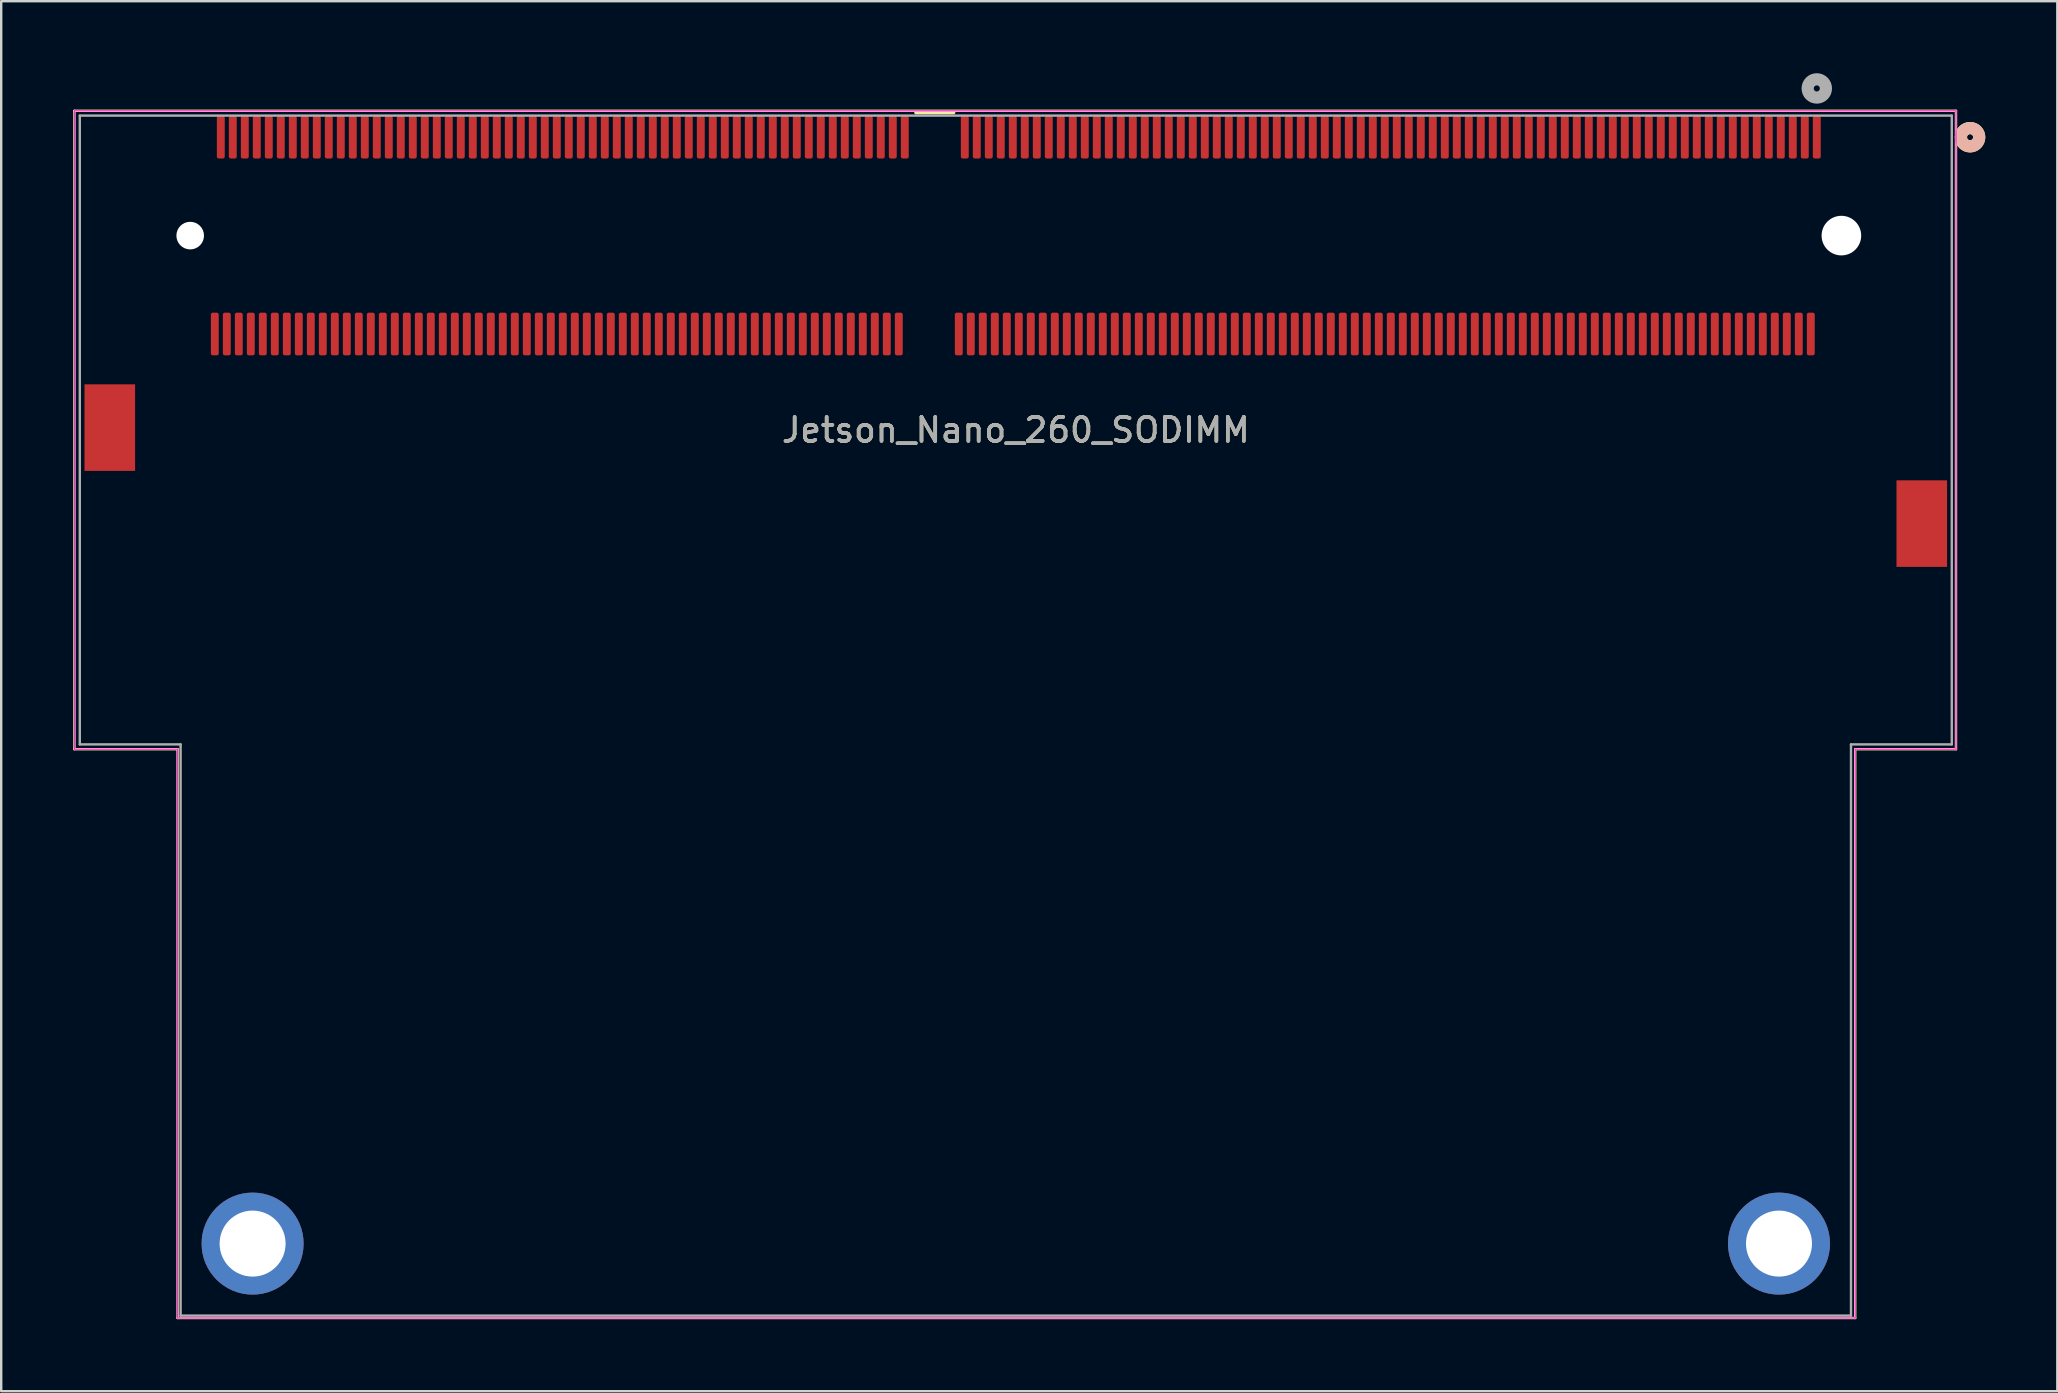
<source format=kicad_pcb>
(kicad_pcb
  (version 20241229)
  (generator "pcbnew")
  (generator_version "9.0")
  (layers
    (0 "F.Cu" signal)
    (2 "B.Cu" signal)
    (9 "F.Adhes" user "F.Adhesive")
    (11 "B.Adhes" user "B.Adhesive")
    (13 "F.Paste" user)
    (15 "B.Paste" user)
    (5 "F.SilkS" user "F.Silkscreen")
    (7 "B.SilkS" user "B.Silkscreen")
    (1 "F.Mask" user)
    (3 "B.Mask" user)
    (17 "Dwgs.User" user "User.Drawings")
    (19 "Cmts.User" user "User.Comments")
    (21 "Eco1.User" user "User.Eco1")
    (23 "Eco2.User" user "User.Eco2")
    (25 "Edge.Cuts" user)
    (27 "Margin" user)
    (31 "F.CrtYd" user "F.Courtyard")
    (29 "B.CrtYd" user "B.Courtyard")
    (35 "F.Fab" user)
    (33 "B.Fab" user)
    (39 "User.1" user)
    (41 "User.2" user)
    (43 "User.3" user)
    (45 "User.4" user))
  (footprint "Jetson_Nano_260_SODIMM"
    (layer "F.Cu")
    (at 72.65 2.667)
    (property "Reference" "Jetson_Nano_260_SODIMM" (at -33.375 12.2 0) (unlocked yes) (layer "F.SilkS") (effects (font (size 1 1) (thickness 0.15))))
    (attr smd)
    (fp_line (start -72.6 -1.1) (end 5.8 -1.1) (stroke (width 0.1) (type default)) (layer "F.SilkS"))
    (fp_line (start -72.6 25.5) (end -72.6 -1.1) (stroke (width 0.1) (type default)) (layer "F.SilkS"))
    (fp_line (start -68.3 25.5) (end -72.6 25.5) (stroke (width 0.1) (type default)) (layer "F.SilkS"))
    (fp_line (start -68.3 49.2) (end -68.3 25.5) (stroke (width 0.1) (type default)) (layer "F.SilkS"))
    (fp_line (start -37.532 -1.027) (end -35.968 -1.027) (stroke (width 0.152) (type solid)) (layer "F.SilkS"))
    (fp_line (start 1.6 25.5) (end 1.6 49.2) (stroke (width 0.1) (type default)) (layer "F.SilkS"))
    (fp_line (start 1.6 49.2) (end -68.3 49.2) (stroke (width 0.1) (type default)) (layer "F.SilkS"))
    (fp_line (start 5.8 -1.1) (end 5.8 25.5) (stroke (width 0.1) (type default)) (layer "F.SilkS"))
    (fp_line (start 5.8 25.5) (end 1.6 25.5) (stroke (width 0.1) (type default)) (layer "F.SilkS"))
    (fp_circle (center 6.387 0) (end 6.768 0) (stroke (width 0.508) (type solid)) (fill no) (layer "F.SilkS"))
    (fp_circle (center 6.387 0) (end 6.768 0) (stroke (width 0.508) (type solid)) (fill no) (layer "B.SilkS"))
    (fp_line (start -72.6 -1.1) (end -72.6 25.5) (stroke (width 0.05) (type default)) (layer "F.CrtYd"))
    (fp_line (start -72.6 25.5) (end -68.3 25.5) (stroke (width 0.05) (type default)) (layer "F.CrtYd"))
    (fp_line (start -68.3 25.5) (end -68.3 49.2) (stroke (width 0.05) (type default)) (layer "F.CrtYd"))
    (fp_line (start -68.3 49.2) (end 1.6 49.2) (stroke (width 0.05) (type default)) (layer "F.CrtYd"))
    (fp_line (start 1.6 25.5) (end 5.8 25.5) (stroke (width 0.05) (type default)) (layer "F.CrtYd"))
    (fp_line (start 1.6 49.2) (end 1.6 25.5) (stroke (width 0.05) (type default)) (layer "F.CrtYd"))
    (fp_line (start 5.8 -1.1) (end -72.6 -1.1) (stroke (width 0.05) (type default)) (layer "F.CrtYd"))
    (fp_line (start 5.8 25.5) (end 5.8 -1.1) (stroke (width 0.05) (type default)) (layer "F.CrtYd"))
    (fp_line (start -72.375 -0.9) (end -72.375 25.3) (stroke (width 0.025) (type solid)) (layer "F.Fab"))
    (fp_line (start -72.375 -0.9) (end 5.625 -0.9) (stroke (width 0.1) (type default)) (layer "F.Fab"))
    (fp_line (start -72.375 25.3) (end -72.375 -0.9) (stroke (width 0.1) (type default)) (layer "F.Fab"))
    (fp_line (start -68.175 25.3) (end -72.375 25.3) (stroke (width 0.1) (type default)) (layer "F.Fab"))
    (fp_line (start -68.175 49.1) (end -68.175 25.3) (stroke (width 0.1) (type default)) (layer "F.Fab"))
    (fp_line (start 1.425 25.3) (end 1.425 49.1) (stroke (width 0.1) (type default)) (layer "F.Fab"))
    (fp_line (start 1.425 49.1) (end -68.175 49.1) (stroke (width 0.1) (type default)) (layer "F.Fab"))
    (fp_line (start 5.625 -0.9) (end -72.375 -0.9) (stroke (width 0.025) (type solid)) (layer "F.Fab"))
    (fp_line (start 5.625 -0.9) (end 5.625 25.3) (stroke (width 0.1) (type default)) (layer "F.Fab"))
    (fp_line (start 5.625 25.3) (end 1.425 25.3) (stroke (width 0.1) (type default)) (layer "F.Fab"))
    (fp_line (start 5.625 25.3) (end 5.625 -0.9) (stroke (width 0.025) (type solid)) (layer "F.Fab"))
    (fp_circle (center 0 -2.032) (end 0.381 -2.032) (stroke (width 0.508) (type solid)) (fill no) (layer "F.Fab"))
    (fp_text user "${REFERENCE}" (at -33.375 12.2 0) (unlocked yes) (layer "F.Fab") (effects (font (size 1 1) (thickness 0.15))))
    (pad "" np_thru_hole circle (at -67.775 4.1) (size 1.15 1.15) (drill 1.15) (layers "*.Cu" "*.Mask"))
    (pad "" np_thru_hole circle (at 1.025 4.1) (size 1.65 1.65) (drill 1.65) (layers "*.Cu" "*.Mask"))
    (pad "1" smd roundrect (at 0 0) (size 0.33 1.778) (layers "F.Cu" "F.Mask" "F.Paste") (roundrect_rratio 0.25))
    (pad "2" smd roundrect (at -0.25 8.2) (size 0.33 1.778) (layers "F.Cu" "F.Mask" "F.Paste") (roundrect_rratio 0.25))
    (pad "3" smd roundrect (at -0.5 0) (size 0.33 1.778) (layers "F.Cu" "F.Mask" "F.Paste") (roundrect_rratio 0.25))
    (pad "4" smd roundrect (at -0.75 8.2) (size 0.33 1.778) (layers "F.Cu" "F.Mask" "F.Paste") (roundrect_rratio 0.25))
    (pad "5" smd roundrect (at -1 0) (size 0.33 1.778) (layers "F.Cu" "F.Mask" "F.Paste") (roundrect_rratio 0.25))
    (pad "6" smd roundrect (at -1.25 8.2) (size 0.33 1.778) (layers "F.Cu" "F.Mask" "F.Paste") (roundrect_rratio 0.25))
    (pad "7" smd roundrect (at -1.5 0) (size 0.33 1.778) (layers "F.Cu" "F.Mask" "F.Paste") (roundrect_rratio 0.25))
    (pad "8" smd roundrect (at -1.75 8.2) (size 0.33 1.778) (layers "F.Cu" "F.Mask" "F.Paste") (roundrect_rratio 0.25))
    (pad "9" smd roundrect (at -2 0) (size 0.33 1.778) (layers "F.Cu" "F.Mask" "F.Paste") (roundrect_rratio 0.25))
    (pad "10" smd roundrect (at -2.25 8.2) (size 0.33 1.778) (layers "F.Cu" "F.Mask" "F.Paste") (roundrect_rratio 0.25))
    (pad "11" smd roundrect (at -2.5 0) (size 0.33 1.778) (layers "F.Cu" "F.Mask" "F.Paste") (roundrect_rratio 0.25))
    (pad "12" smd roundrect (at -2.75 8.2) (size 0.33 1.778) (layers "F.Cu" "F.Mask" "F.Paste") (roundrect_rratio 0.25))
    (pad "13" smd roundrect (at -3 0) (size 0.33 1.778) (layers "F.Cu" "F.Mask" "F.Paste") (roundrect_rratio 0.25))
    (pad "14" smd roundrect (at -3.25 8.2) (size 0.33 1.778) (layers "F.Cu" "F.Mask" "F.Paste") (roundrect_rratio 0.25))
    (pad "15" smd roundrect (at -3.5 0) (size 0.33 1.778) (layers "F.Cu" "F.Mask" "F.Paste") (roundrect_rratio 0.25))
    (pad "16" smd roundrect (at -3.75 8.2) (size 0.33 1.778) (layers "F.Cu" "F.Mask" "F.Paste") (roundrect_rratio 0.25))
    (pad "17" smd roundrect (at -4 0) (size 0.33 1.778) (layers "F.Cu" "F.Mask" "F.Paste") (roundrect_rratio 0.25))
    (pad "18" smd roundrect (at -4.25 8.2) (size 0.33 1.778) (layers "F.Cu" "F.Mask" "F.Paste") (roundrect_rratio 0.25))
    (pad "19" smd roundrect (at -4.5 0) (size 0.33 1.778) (layers "F.Cu" "F.Mask" "F.Paste") (roundrect_rratio 0.25))
    (pad "20" smd roundrect (at -4.75 8.2) (size 0.33 1.778) (layers "F.Cu" "F.Mask" "F.Paste") (roundrect_rratio 0.25))
    (pad "21" smd roundrect (at -5 0) (size 0.33 1.778) (layers "F.Cu" "F.Mask" "F.Paste") (roundrect_rratio 0.25))
    (pad "22" smd roundrect (at -5.25 8.2) (size 0.33 1.778) (layers "F.Cu" "F.Mask" "F.Paste") (roundrect_rratio 0.25))
    (pad "23" smd roundrect (at -5.5 0) (size 0.33 1.778) (layers "F.Cu" "F.Mask" "F.Paste") (roundrect_rratio 0.25))
    (pad "24" smd roundrect (at -5.75 8.2) (size 0.33 1.778) (layers "F.Cu" "F.Mask" "F.Paste") (roundrect_rratio 0.25))
    (pad "25" smd roundrect (at -6 0) (size 0.33 1.778) (layers "F.Cu" "F.Mask" "F.Paste") (roundrect_rratio 0.25))
    (pad "26" smd roundrect (at -6.25 8.2) (size 0.33 1.778) (layers "F.Cu" "F.Mask" "F.Paste") (roundrect_rratio 0.25))
    (pad "27" smd roundrect (at -6.5 0) (size 0.33 1.778) (layers "F.Cu" "F.Mask" "F.Paste") (roundrect_rratio 0.25))
    (pad "28" smd roundrect (at -6.75 8.2) (size 0.33 1.778) (layers "F.Cu" "F.Mask" "F.Paste") (roundrect_rratio 0.25))
    (pad "29" smd roundrect (at -7 0) (size 0.33 1.778) (layers "F.Cu" "F.Mask" "F.Paste") (roundrect_rratio 0.25))
    (pad "30" smd roundrect (at -7.25 8.2) (size 0.33 1.778) (layers "F.Cu" "F.Mask" "F.Paste") (roundrect_rratio 0.25))
    (pad "31" smd roundrect (at -7.5 0) (size 0.33 1.778) (layers "F.Cu" "F.Mask" "F.Paste") (roundrect_rratio 0.25))
    (pad "32" smd roundrect (at -7.75 8.2) (size 0.33 1.778) (layers "F.Cu" "F.Mask" "F.Paste") (roundrect_rratio 0.25))
    (pad "33" smd roundrect (at -8 0) (size 0.33 1.778) (layers "F.Cu" "F.Mask" "F.Paste") (roundrect_rratio 0.25))
    (pad "34" smd roundrect (at -8.25 8.2) (size 0.33 1.778) (layers "F.Cu" "F.Mask" "F.Paste") (roundrect_rratio 0.25))
    (pad "35" smd roundrect (at -8.5 0) (size 0.33 1.778) (layers "F.Cu" "F.Mask" "F.Paste") (roundrect_rratio 0.25))
    (pad "36" smd roundrect (at -8.75 8.2) (size 0.33 1.778) (layers "F.Cu" "F.Mask" "F.Paste") (roundrect_rratio 0.25))
    (pad "37" smd roundrect (at -9 0) (size 0.33 1.778) (layers "F.Cu" "F.Mask" "F.Paste") (roundrect_rratio 0.25))
    (pad "38" smd roundrect (at -9.25 8.2) (size 0.33 1.778) (layers "F.Cu" "F.Mask" "F.Paste") (roundrect_rratio 0.25))
    (pad "39" smd roundrect (at -9.5 0) (size 0.33 1.778) (layers "F.Cu" "F.Mask" "F.Paste") (roundrect_rratio 0.25))
    (pad "40" smd roundrect (at -9.75 8.2) (size 0.33 1.778) (layers "F.Cu" "F.Mask" "F.Paste") (roundrect_rratio 0.25))
    (pad "41" smd roundrect (at -10 0) (size 0.33 1.778) (layers "F.Cu" "F.Mask" "F.Paste") (roundrect_rratio 0.25))
    (pad "42" smd roundrect (at -10.25 8.2) (size 0.33 1.778) (layers "F.Cu" "F.Mask" "F.Paste") (roundrect_rratio 0.25))
    (pad "43" smd roundrect (at -10.5 0) (size 0.33 1.778) (layers "F.Cu" "F.Mask" "F.Paste") (roundrect_rratio 0.25))
    (pad "44" smd roundrect (at -10.75 8.2) (size 0.33 1.778) (layers "F.Cu" "F.Mask" "F.Paste") (roundrect_rratio 0.25))
    (pad "45" smd roundrect (at -11 0) (size 0.33 1.778) (layers "F.Cu" "F.Mask" "F.Paste") (roundrect_rratio 0.25))
    (pad "46" smd roundrect (at -11.25 8.2) (size 0.33 1.778) (layers "F.Cu" "F.Mask" "F.Paste") (roundrect_rratio 0.25))
    (pad "47" smd roundrect (at -11.5 0) (size 0.33 1.778) (layers "F.Cu" "F.Mask" "F.Paste") (roundrect_rratio 0.25))
    (pad "48" smd roundrect (at -11.75 8.2) (size 0.33 1.778) (layers "F.Cu" "F.Mask" "F.Paste") (roundrect_rratio 0.25))
    (pad "49" smd roundrect (at -12 0) (size 0.33 1.778) (layers "F.Cu" "F.Mask" "F.Paste") (roundrect_rratio 0.25))
    (pad "50" smd roundrect (at -12.25 8.2) (size 0.33 1.778) (layers "F.Cu" "F.Mask" "F.Paste") (roundrect_rratio 0.25))
    (pad "51" smd roundrect (at -12.5 0) (size 0.33 1.778) (layers "F.Cu" "F.Mask" "F.Paste") (roundrect_rratio 0.25))
    (pad "52" smd roundrect (at -12.75 8.2) (size 0.33 1.778) (layers "F.Cu" "F.Mask" "F.Paste") (roundrect_rratio 0.25))
    (pad "53" smd roundrect (at -13 0) (size 0.33 1.778) (layers "F.Cu" "F.Mask" "F.Paste") (roundrect_rratio 0.25))
    (pad "54" smd roundrect (at -13.25 8.2) (size 0.33 1.778) (layers "F.Cu" "F.Mask" "F.Paste") (roundrect_rratio 0.25))
    (pad "55" smd roundrect (at -13.5 0) (size 0.33 1.778) (layers "F.Cu" "F.Mask" "F.Paste") (roundrect_rratio 0.25))
    (pad "56" smd roundrect (at -13.75 8.2) (size 0.33 1.778) (layers "F.Cu" "F.Mask" "F.Paste") (roundrect_rratio 0.25))
    (pad "57" smd roundrect (at -14 0) (size 0.33 1.778) (layers "F.Cu" "F.Mask" "F.Paste") (roundrect_rratio 0.25))
    (pad "58" smd roundrect (at -14.25 8.2) (size 0.33 1.778) (layers "F.Cu" "F.Mask" "F.Paste") (roundrect_rratio 0.25))
    (pad "59" smd roundrect (at -14.5 0) (size 0.33 1.778) (layers "F.Cu" "F.Mask" "F.Paste") (roundrect_rratio 0.25))
    (pad "60" smd roundrect (at -14.75 8.2) (size 0.33 1.778) (layers "F.Cu" "F.Mask" "F.Paste") (roundrect_rratio 0.25))
    (pad "61" smd roundrect (at -15 0) (size 0.33 1.778) (layers "F.Cu" "F.Mask" "F.Paste") (roundrect_rratio 0.25))
    (pad "62" smd roundrect (at -15.25 8.2) (size 0.33 1.778) (layers "F.Cu" "F.Mask" "F.Paste") (roundrect_rratio 0.25))
    (pad "63" smd roundrect (at -15.5 0) (size 0.33 1.778) (layers "F.Cu" "F.Mask" "F.Paste") (roundrect_rratio 0.25))
    (pad "64" smd roundrect (at -15.75 8.2) (size 0.33 1.778) (layers "F.Cu" "F.Mask" "F.Paste") (roundrect_rratio 0.25))
    (pad "65" smd roundrect (at -16 0) (size 0.33 1.778) (layers "F.Cu" "F.Mask" "F.Paste") (roundrect_rratio 0.25))
    (pad "66" smd roundrect (at -16.25 8.2) (size 0.33 1.778) (layers "F.Cu" "F.Mask" "F.Paste") (roundrect_rratio 0.25))
    (pad "67" smd roundrect (at -16.5 0) (size 0.33 1.778) (layers "F.Cu" "F.Mask" "F.Paste") (roundrect_rratio 0.25))
    (pad "68" smd roundrect (at -16.75 8.2) (size 0.33 1.778) (layers "F.Cu" "F.Mask" "F.Paste") (roundrect_rratio 0.25))
    (pad "69" smd roundrect (at -17 0) (size 0.33 1.778) (layers "F.Cu" "F.Mask" "F.Paste") (roundrect_rratio 0.25))
    (pad "70" smd roundrect (at -17.25 8.2) (size 0.33 1.778) (layers "F.Cu" "F.Mask" "F.Paste") (roundrect_rratio 0.25))
    (pad "71" smd roundrect (at -17.5 0) (size 0.33 1.778) (layers "F.Cu" "F.Mask" "F.Paste") (roundrect_rratio 0.25))
    (pad "72" smd roundrect (at -17.75 8.2) (size 0.33 1.778) (layers "F.Cu" "F.Mask" "F.Paste") (roundrect_rratio 0.25))
    (pad "73" smd roundrect (at -18 0) (size 0.33 1.778) (layers "F.Cu" "F.Mask" "F.Paste") (roundrect_rratio 0.25))
    (pad "74" smd roundrect (at -18.25 8.2) (size 0.33 1.778) (layers "F.Cu" "F.Mask" "F.Paste") (roundrect_rratio 0.25))
    (pad "75" smd roundrect (at -18.5 0) (size 0.33 1.778) (layers "F.Cu" "F.Mask" "F.Paste") (roundrect_rratio 0.25))
    (pad "76" smd roundrect (at -18.75 8.2) (size 0.33 1.778) (layers "F.Cu" "F.Mask" "F.Paste") (roundrect_rratio 0.25))
    (pad "77" smd roundrect (at -19 0) (size 0.33 1.778) (layers "F.Cu" "F.Mask" "F.Paste") (roundrect_rratio 0.25))
    (pad "78" smd roundrect (at -19.25 8.2) (size 0.33 1.778) (layers "F.Cu" "F.Mask" "F.Paste") (roundrect_rratio 0.25))
    (pad "79" smd roundrect (at -19.5 0) (size 0.33 1.778) (layers "F.Cu" "F.Mask" "F.Paste") (roundrect_rratio 0.25))
    (pad "80" smd roundrect (at -19.75 8.2) (size 0.33 1.778) (layers "F.Cu" "F.Mask" "F.Paste") (roundrect_rratio 0.25))
    (pad "81" smd roundrect (at -20 0) (size 0.33 1.778) (layers "F.Cu" "F.Mask" "F.Paste") (roundrect_rratio 0.25))
    (pad "82" smd roundrect (at -20.25 8.2) (size 0.33 1.778) (layers "F.Cu" "F.Mask" "F.Paste") (roundrect_rratio 0.25))
    (pad "83" smd roundrect (at -20.5 0) (size 0.33 1.778) (layers "F.Cu" "F.Mask" "F.Paste") (roundrect_rratio 0.25))
    (pad "84" smd roundrect (at -20.75 8.2) (size 0.33 1.778) (layers "F.Cu" "F.Mask" "F.Paste") (roundrect_rratio 0.25))
    (pad "85" smd roundrect (at -21 0) (size 0.33 1.778) (layers "F.Cu" "F.Mask" "F.Paste") (roundrect_rratio 0.25))
    (pad "86" smd roundrect (at -21.25 8.2) (size 0.33 1.778) (layers "F.Cu" "F.Mask" "F.Paste") (roundrect_rratio 0.25))
    (pad "87" smd roundrect (at -21.5 0) (size 0.33 1.778) (layers "F.Cu" "F.Mask" "F.Paste") (roundrect_rratio 0.25))
    (pad "88" smd roundrect (at -21.75 8.2) (size 0.33 1.778) (layers "F.Cu" "F.Mask" "F.Paste") (roundrect_rratio 0.25))
    (pad "89" smd roundrect (at -22 0) (size 0.33 1.778) (layers "F.Cu" "F.Mask" "F.Paste") (roundrect_rratio 0.25))
    (pad "90" smd roundrect (at -22.25 8.2) (size 0.33 1.778) (layers "F.Cu" "F.Mask" "F.Paste") (roundrect_rratio 0.25))
    (pad "91" smd roundrect (at -22.5 0) (size 0.33 1.778) (layers "F.Cu" "F.Mask" "F.Paste") (roundrect_rratio 0.25))
    (pad "92" smd roundrect (at -22.75 8.2) (size 0.33 1.778) (layers "F.Cu" "F.Mask" "F.Paste") (roundrect_rratio 0.25))
    (pad "93" smd roundrect (at -23 0) (size 0.33 1.778) (layers "F.Cu" "F.Mask" "F.Paste") (roundrect_rratio 0.25))
    (pad "94" smd roundrect (at -23.25 8.2) (size 0.33 1.778) (layers "F.Cu" "F.Mask" "F.Paste") (roundrect_rratio 0.25))
    (pad "95" smd roundrect (at -23.5 0) (size 0.33 1.778) (layers "F.Cu" "F.Mask" "F.Paste") (roundrect_rratio 0.25))
    (pad "96" smd roundrect (at -23.75 8.2) (size 0.33 1.778) (layers "F.Cu" "F.Mask" "F.Paste") (roundrect_rratio 0.25))
    (pad "97" smd roundrect (at -24 0) (size 0.33 1.778) (layers "F.Cu" "F.Mask" "F.Paste") (roundrect_rratio 0.25))
    (pad "98" smd roundrect (at -24.25 8.2) (size 0.33 1.778) (layers "F.Cu" "F.Mask" "F.Paste") (roundrect_rratio 0.25))
    (pad "99" smd roundrect (at -24.5 0) (size 0.33 1.778) (layers "F.Cu" "F.Mask" "F.Paste") (roundrect_rratio 0.25))
    (pad "100" smd roundrect (at -24.75 8.2) (size 0.33 1.778) (layers "F.Cu" "F.Mask" "F.Paste") (roundrect_rratio 0.25))
    (pad "101" smd roundrect (at -25 0) (size 0.33 1.778) (layers "F.Cu" "F.Mask" "F.Paste") (roundrect_rratio 0.25))
    (pad "102" smd roundrect (at -25.25 8.2) (size 0.33 1.778) (layers "F.Cu" "F.Mask" "F.Paste") (roundrect_rratio 0.25))
    (pad "103" smd roundrect (at -25.5 0) (size 0.33 1.778) (layers "F.Cu" "F.Mask" "F.Paste") (roundrect_rratio 0.25))
    (pad "104" smd roundrect (at -25.75 8.2) (size 0.33 1.778) (layers "F.Cu" "F.Mask" "F.Paste") (roundrect_rratio 0.25))
    (pad "105" smd roundrect (at -26 0) (size 0.33 1.778) (layers "F.Cu" "F.Mask" "F.Paste") (roundrect_rratio 0.25))
    (pad "106" smd roundrect (at -26.25 8.2) (size 0.33 1.778) (layers "F.Cu" "F.Mask" "F.Paste") (roundrect_rratio 0.25))
    (pad "107" smd roundrect (at -26.5 0) (size 0.33 1.778) (layers "F.Cu" "F.Mask" "F.Paste") (roundrect_rratio 0.25))
    (pad "108" smd roundrect (at -26.75 8.2) (size 0.33 1.778) (layers "F.Cu" "F.Mask" "F.Paste") (roundrect_rratio 0.25))
    (pad "109" smd roundrect (at -27 0) (size 0.33 1.778) (layers "F.Cu" "F.Mask" "F.Paste") (roundrect_rratio 0.25))
    (pad "110" smd roundrect (at -27.25 8.2) (size 0.33 1.778) (layers "F.Cu" "F.Mask" "F.Paste") (roundrect_rratio 0.25))
    (pad "111" smd roundrect (at -27.5 0) (size 0.33 1.778) (layers "F.Cu" "F.Mask" "F.Paste") (roundrect_rratio 0.25))
    (pad "112" smd roundrect (at -27.75 8.2) (size 0.33 1.778) (layers "F.Cu" "F.Mask" "F.Paste") (roundrect_rratio 0.25))
    (pad "113" smd roundrect (at -28 0) (size 0.33 1.778) (layers "F.Cu" "F.Mask" "F.Paste") (roundrect_rratio 0.25))
    (pad "114" smd roundrect (at -28.25 8.2) (size 0.33 1.778) (layers "F.Cu" "F.Mask" "F.Paste") (roundrect_rratio 0.25))
    (pad "115" smd roundrect (at -28.5 0) (size 0.33 1.778) (layers "F.Cu" "F.Mask" "F.Paste") (roundrect_rratio 0.25))
    (pad "116" smd roundrect (at -28.75 8.2) (size 0.33 1.778) (layers "F.Cu" "F.Mask" "F.Paste") (roundrect_rratio 0.25))
    (pad "117" smd roundrect (at -29 0) (size 0.33 1.778) (layers "F.Cu" "F.Mask" "F.Paste") (roundrect_rratio 0.25))
    (pad "118" smd roundrect (at -29.25 8.2) (size 0.33 1.778) (layers "F.Cu" "F.Mask" "F.Paste") (roundrect_rratio 0.25))
    (pad "119" smd roundrect (at -29.5 0) (size 0.33 1.778) (layers "F.Cu" "F.Mask" "F.Paste") (roundrect_rratio 0.25))
    (pad "120" smd roundrect (at -29.75 8.2) (size 0.33 1.778) (layers "F.Cu" "F.Mask" "F.Paste") (roundrect_rratio 0.25))
    (pad "121" smd roundrect (at -30 0) (size 0.33 1.778) (layers "F.Cu" "F.Mask" "F.Paste") (roundrect_rratio 0.25))
    (pad "122" smd roundrect (at -30.25 8.2) (size 0.33 1.778) (layers "F.Cu" "F.Mask" "F.Paste") (roundrect_rratio 0.25))
    (pad "123" smd roundrect (at -30.5 0) (size 0.33 1.778) (layers "F.Cu" "F.Mask" "F.Paste") (roundrect_rratio 0.25))
    (pad "124" smd roundrect (at -30.75 8.2) (size 0.33 1.778) (layers "F.Cu" "F.Mask" "F.Paste") (roundrect_rratio 0.25))
    (pad "125" smd roundrect (at -31 0) (size 0.33 1.778) (layers "F.Cu" "F.Mask" "F.Paste") (roundrect_rratio 0.25))
    (pad "126" smd roundrect (at -31.25 8.2) (size 0.33 1.778) (layers "F.Cu" "F.Mask" "F.Paste") (roundrect_rratio 0.25))
    (pad "127" smd roundrect (at -31.5 0) (size 0.33 1.778) (layers "F.Cu" "F.Mask" "F.Paste") (roundrect_rratio 0.25))
    (pad "128" smd roundrect (at -31.75 8.2) (size 0.33 1.778) (layers "F.Cu" "F.Mask" "F.Paste") (roundrect_rratio 0.25))
    (pad "129" smd roundrect (at -32 0) (size 0.33 1.778) (layers "F.Cu" "F.Mask" "F.Paste") (roundrect_rratio 0.25))
    (pad "130" smd roundrect (at -32.25 8.2) (size 0.33 1.778) (layers "F.Cu" "F.Mask" "F.Paste") (roundrect_rratio 0.25))
    (pad "131" smd roundrect (at -32.5 0) (size 0.33 1.778) (layers "F.Cu" "F.Mask" "F.Paste") (roundrect_rratio 0.25))
    (pad "132" smd roundrect (at -32.75 8.2) (size 0.33 1.778) (layers "F.Cu" "F.Mask" "F.Paste") (roundrect_rratio 0.25))
    (pad "133" smd roundrect (at -33 0) (size 0.33 1.778) (layers "F.Cu" "F.Mask" "F.Paste") (roundrect_rratio 0.25))
    (pad "134" smd roundrect (at -33.25 8.2) (size 0.33 1.778) (layers "F.Cu" "F.Mask" "F.Paste") (roundrect_rratio 0.25))
    (pad "135" smd roundrect (at -33.5 0) (size 0.33 1.778) (layers "F.Cu" "F.Mask" "F.Paste") (roundrect_rratio 0.25))
    (pad "136" smd roundrect (at -33.75 8.2) (size 0.33 1.778) (layers "F.Cu" "F.Mask" "F.Paste") (roundrect_rratio 0.25))
    (pad "137" smd roundrect (at -34 0) (size 0.33 1.778) (layers "F.Cu" "F.Mask" "F.Paste") (roundrect_rratio 0.25))
    (pad "138" smd roundrect (at -34.25 8.2) (size 0.33 1.778) (layers "F.Cu" "F.Mask" "F.Paste") (roundrect_rratio 0.25))
    (pad "139" smd roundrect (at -34.5 0) (size 0.33 1.778) (layers "F.Cu" "F.Mask" "F.Paste") (roundrect_rratio 0.25))
    (pad "140" smd roundrect (at -34.75 8.2) (size 0.33 1.778) (layers "F.Cu" "F.Mask" "F.Paste") (roundrect_rratio 0.25))
    (pad "141" smd roundrect (at -35 0) (size 0.33 1.778) (layers "F.Cu" "F.Mask" "F.Paste") (roundrect_rratio 0.25))
    (pad "142" smd roundrect (at -35.25 8.2) (size 0.33 1.778) (layers "F.Cu" "F.Mask" "F.Paste") (roundrect_rratio 0.25))
    (pad "143" smd roundrect (at -35.5 0) (size 0.33 1.778) (layers "F.Cu" "F.Mask" "F.Paste") (roundrect_rratio 0.25))
    (pad "144" smd roundrect (at -35.75 8.2) (size 0.33 1.778) (layers "F.Cu" "F.Mask" "F.Paste") (roundrect_rratio 0.25))
    (pad "145" smd roundrect (at -38 0) (size 0.33 1.778) (layers "F.Cu" "F.Mask" "F.Paste") (roundrect_rratio 0.25))
    (pad "146" smd roundrect (at -38.25 8.2) (size 0.33 1.778) (layers "F.Cu" "F.Mask" "F.Paste") (roundrect_rratio 0.25))
    (pad "147" smd roundrect (at -38.5 0) (size 0.33 1.778) (layers "F.Cu" "F.Mask" "F.Paste") (roundrect_rratio 0.25))
    (pad "148" smd roundrect (at -38.75 8.2) (size 0.33 1.778) (layers "F.Cu" "F.Mask" "F.Paste") (roundrect_rratio 0.25))
    (pad "149" smd roundrect (at -39 0) (size 0.33 1.778) (layers "F.Cu" "F.Mask" "F.Paste") (roundrect_rratio 0.25))
    (pad "150" smd roundrect (at -39.25 8.2) (size 0.33 1.778) (layers "F.Cu" "F.Mask" "F.Paste") (roundrect_rratio 0.25))
    (pad "151" smd roundrect (at -39.5 0) (size 0.33 1.778) (layers "F.Cu" "F.Mask" "F.Paste") (roundrect_rratio 0.25))
    (pad "152" smd roundrect (at -39.75 8.2) (size 0.33 1.778) (layers "F.Cu" "F.Mask" "F.Paste") (roundrect_rratio 0.25))
    (pad "153" smd roundrect (at -40 0) (size 0.33 1.778) (layers "F.Cu" "F.Mask" "F.Paste") (roundrect_rratio 0.25))
    (pad "154" smd roundrect (at -40.25 8.2) (size 0.33 1.778) (layers "F.Cu" "F.Mask" "F.Paste") (roundrect_rratio 0.25))
    (pad "155" smd roundrect (at -40.5 0) (size 0.33 1.778) (layers "F.Cu" "F.Mask" "F.Paste") (roundrect_rratio 0.25))
    (pad "156" smd roundrect (at -40.75 8.2) (size 0.33 1.778) (layers "F.Cu" "F.Mask" "F.Paste") (roundrect_rratio 0.25))
    (pad "157" smd roundrect (at -41 0) (size 0.33 1.778) (layers "F.Cu" "F.Mask" "F.Paste") (roundrect_rratio 0.25))
    (pad "158" smd roundrect (at -41.25 8.2) (size 0.33 1.778) (layers "F.Cu" "F.Mask" "F.Paste") (roundrect_rratio 0.25))
    (pad "159" smd roundrect (at -41.5 0) (size 0.33 1.778) (layers "F.Cu" "F.Mask" "F.Paste") (roundrect_rratio 0.25))
    (pad "160" smd roundrect (at -41.75 8.2) (size 0.33 1.778) (layers "F.Cu" "F.Mask" "F.Paste") (roundrect_rratio 0.25))
    (pad "161" smd roundrect (at -42 0) (size 0.33 1.778) (layers "F.Cu" "F.Mask" "F.Paste") (roundrect_rratio 0.25))
    (pad "162" smd roundrect (at -42.25 8.2) (size 0.33 1.778) (layers "F.Cu" "F.Mask" "F.Paste") (roundrect_rratio 0.25))
    (pad "163" smd roundrect (at -42.5 0) (size 0.33 1.778) (layers "F.Cu" "F.Mask" "F.Paste") (roundrect_rratio 0.25))
    (pad "164" smd roundrect (at -42.75 8.2) (size 0.33 1.778) (layers "F.Cu" "F.Mask" "F.Paste") (roundrect_rratio 0.25))
    (pad "165" smd roundrect (at -43 0) (size 0.33 1.778) (layers "F.Cu" "F.Mask" "F.Paste") (roundrect_rratio 0.25))
    (pad "166" smd roundrect (at -43.25 8.2) (size 0.33 1.778) (layers "F.Cu" "F.Mask" "F.Paste") (roundrect_rratio 0.25))
    (pad "167" smd roundrect (at -43.5 0) (size 0.33 1.778) (layers "F.Cu" "F.Mask" "F.Paste") (roundrect_rratio 0.25))
    (pad "168" smd roundrect (at -43.75 8.2) (size 0.33 1.778) (layers "F.Cu" "F.Mask" "F.Paste") (roundrect_rratio 0.25))
    (pad "169" smd roundrect (at -44 0) (size 0.33 1.778) (layers "F.Cu" "F.Mask" "F.Paste") (roundrect_rratio 0.25))
    (pad "170" smd roundrect (at -44.25 8.2) (size 0.33 1.778) (layers "F.Cu" "F.Mask" "F.Paste") (roundrect_rratio 0.25))
    (pad "171" smd roundrect (at -44.5 0) (size 0.33 1.778) (layers "F.Cu" "F.Mask" "F.Paste") (roundrect_rratio 0.25))
    (pad "172" smd roundrect (at -44.75 8.2) (size 0.33 1.778) (layers "F.Cu" "F.Mask" "F.Paste") (roundrect_rratio 0.25))
    (pad "173" smd roundrect (at -45 0) (size 0.33 1.778) (layers "F.Cu" "F.Mask" "F.Paste") (roundrect_rratio 0.25))
    (pad "174" smd roundrect (at -45.25 8.2) (size 0.33 1.778) (layers "F.Cu" "F.Mask" "F.Paste") (roundrect_rratio 0.25))
    (pad "175" smd roundrect (at -45.5 0) (size 0.33 1.778) (layers "F.Cu" "F.Mask" "F.Paste") (roundrect_rratio 0.25))
    (pad "176" smd roundrect (at -45.75 8.2) (size 0.33 1.778) (layers "F.Cu" "F.Mask" "F.Paste") (roundrect_rratio 0.25))
    (pad "177" smd roundrect (at -46 0) (size 0.33 1.778) (layers "F.Cu" "F.Mask" "F.Paste") (roundrect_rratio 0.25))
    (pad "178" smd roundrect (at -46.25 8.2) (size 0.33 1.778) (layers "F.Cu" "F.Mask" "F.Paste") (roundrect_rratio 0.25))
    (pad "179" smd roundrect (at -46.5 0) (size 0.33 1.778) (layers "F.Cu" "F.Mask" "F.Paste") (roundrect_rratio 0.25))
    (pad "180" smd roundrect (at -46.75 8.2) (size 0.33 1.778) (layers "F.Cu" "F.Mask" "F.Paste") (roundrect_rratio 0.25))
    (pad "181" smd roundrect (at -47 0) (size 0.33 1.778) (layers "F.Cu" "F.Mask" "F.Paste") (roundrect_rratio 0.25))
    (pad "182" smd roundrect (at -47.25 8.2) (size 0.33 1.778) (layers "F.Cu" "F.Mask" "F.Paste") (roundrect_rratio 0.25))
    (pad "183" smd roundrect (at -47.5 0) (size 0.33 1.778) (layers "F.Cu" "F.Mask" "F.Paste") (roundrect_rratio 0.25))
    (pad "184" smd roundrect (at -47.75 8.2) (size 0.33 1.778) (layers "F.Cu" "F.Mask" "F.Paste") (roundrect_rratio 0.25))
    (pad "185" smd roundrect (at -48 0) (size 0.33 1.778) (layers "F.Cu" "F.Mask" "F.Paste") (roundrect_rratio 0.25))
    (pad "186" smd roundrect (at -48.25 8.2) (size 0.33 1.778) (layers "F.Cu" "F.Mask" "F.Paste") (roundrect_rratio 0.25))
    (pad "187" smd roundrect (at -48.5 0) (size 0.33 1.778) (layers "F.Cu" "F.Mask" "F.Paste") (roundrect_rratio 0.25))
    (pad "188" smd roundrect (at -48.75 8.2) (size 0.33 1.778) (layers "F.Cu" "F.Mask" "F.Paste") (roundrect_rratio 0.25))
    (pad "189" smd roundrect (at -49 0) (size 0.33 1.778) (layers "F.Cu" "F.Mask" "F.Paste") (roundrect_rratio 0.25))
    (pad "190" smd roundrect (at -49.25 8.2) (size 0.33 1.778) (layers "F.Cu" "F.Mask" "F.Paste") (roundrect_rratio 0.25))
    (pad "191" smd roundrect (at -49.5 0) (size 0.33 1.778) (layers "F.Cu" "F.Mask" "F.Paste") (roundrect_rratio 0.25))
    (pad "192" smd roundrect (at -49.75 8.2) (size 0.33 1.778) (layers "F.Cu" "F.Mask" "F.Paste") (roundrect_rratio 0.25))
    (pad "193" smd roundrect (at -50 0) (size 0.33 1.778) (layers "F.Cu" "F.Mask" "F.Paste") (roundrect_rratio 0.25))
    (pad "194" smd roundrect (at -50.25 8.2) (size 0.33 1.778) (layers "F.Cu" "F.Mask" "F.Paste") (roundrect_rratio 0.25))
    (pad "195" smd roundrect (at -50.5 0) (size 0.33 1.778) (layers "F.Cu" "F.Mask" "F.Paste") (roundrect_rratio 0.25))
    (pad "196" smd roundrect (at -50.75 8.2) (size 0.33 1.778) (layers "F.Cu" "F.Mask" "F.Paste") (roundrect_rratio 0.25))
    (pad "197" smd roundrect (at -51 0) (size 0.33 1.778) (layers "F.Cu" "F.Mask" "F.Paste") (roundrect_rratio 0.25))
    (pad "198" smd roundrect (at -51.25 8.2) (size 0.33 1.778) (layers "F.Cu" "F.Mask" "F.Paste") (roundrect_rratio 0.25))
    (pad "199" smd roundrect (at -51.5 0) (size 0.33 1.778) (layers "F.Cu" "F.Mask" "F.Paste") (roundrect_rratio 0.25))
    (pad "200" smd roundrect (at -51.75 8.2) (size 0.33 1.778) (layers "F.Cu" "F.Mask" "F.Paste") (roundrect_rratio 0.25))
    (pad "201" smd roundrect (at -52 0) (size 0.33 1.778) (layers "F.Cu" "F.Mask" "F.Paste") (roundrect_rratio 0.25))
    (pad "202" smd roundrect (at -52.25 8.2) (size 0.33 1.778) (layers "F.Cu" "F.Mask" "F.Paste") (roundrect_rratio 0.25))
    (pad "203" smd roundrect (at -52.5 0) (size 0.33 1.778) (layers "F.Cu" "F.Mask" "F.Paste") (roundrect_rratio 0.25))
    (pad "204" smd roundrect (at -52.75 8.2) (size 0.33 1.778) (layers "F.Cu" "F.Mask" "F.Paste") (roundrect_rratio 0.25))
    (pad "205" smd roundrect (at -53 0) (size 0.33 1.778) (layers "F.Cu" "F.Mask" "F.Paste") (roundrect_rratio 0.25))
    (pad "206" smd roundrect (at -53.25 8.2) (size 0.33 1.778) (layers "F.Cu" "F.Mask" "F.Paste") (roundrect_rratio 0.25))
    (pad "207" smd roundrect (at -53.5 0) (size 0.33 1.778) (layers "F.Cu" "F.Mask" "F.Paste") (roundrect_rratio 0.25))
    (pad "208" smd roundrect (at -53.75 8.2) (size 0.33 1.778) (layers "F.Cu" "F.Mask" "F.Paste") (roundrect_rratio 0.25))
    (pad "209" smd roundrect (at -54 0) (size 0.33 1.778) (layers "F.Cu" "F.Mask" "F.Paste") (roundrect_rratio 0.25))
    (pad "210" smd roundrect (at -54.25 8.2) (size 0.33 1.778) (layers "F.Cu" "F.Mask" "F.Paste") (roundrect_rratio 0.25))
    (pad "211" smd roundrect (at -54.5 0) (size 0.33 1.778) (layers "F.Cu" "F.Mask" "F.Paste") (roundrect_rratio 0.25))
    (pad "212" smd roundrect (at -54.75 8.2) (size 0.33 1.778) (layers "F.Cu" "F.Mask" "F.Paste") (roundrect_rratio 0.25))
    (pad "213" smd roundrect (at -55 0) (size 0.33 1.778) (layers "F.Cu" "F.Mask" "F.Paste") (roundrect_rratio 0.25))
    (pad "214" smd roundrect (at -55.25 8.2) (size 0.33 1.778) (layers "F.Cu" "F.Mask" "F.Paste") (roundrect_rratio 0.25))
    (pad "215" smd roundrect (at -55.5 0) (size 0.33 1.778) (layers "F.Cu" "F.Mask" "F.Paste") (roundrect_rratio 0.25))
    (pad "216" smd roundrect (at -55.75 8.2) (size 0.33 1.778) (layers "F.Cu" "F.Mask" "F.Paste") (roundrect_rratio 0.25))
    (pad "217" smd roundrect (at -56 0) (size 0.33 1.778) (layers "F.Cu" "F.Mask" "F.Paste") (roundrect_rratio 0.25))
    (pad "218" smd roundrect (at -56.25 8.2) (size 0.33 1.778) (layers "F.Cu" "F.Mask" "F.Paste") (roundrect_rratio 0.25))
    (pad "219" smd roundrect (at -56.5 0) (size 0.33 1.778) (layers "F.Cu" "F.Mask" "F.Paste") (roundrect_rratio 0.25))
    (pad "220" smd roundrect (at -56.75 8.2) (size 0.33 1.778) (layers "F.Cu" "F.Mask" "F.Paste") (roundrect_rratio 0.25))
    (pad "221" smd roundrect (at -57 0) (size 0.33 1.778) (layers "F.Cu" "F.Mask" "F.Paste") (roundrect_rratio 0.25))
    (pad "222" smd roundrect (at -57.25 8.2) (size 0.33 1.778) (layers "F.Cu" "F.Mask" "F.Paste") (roundrect_rratio 0.25))
    (pad "223" smd roundrect (at -57.5 0) (size 0.33 1.778) (layers "F.Cu" "F.Mask" "F.Paste") (roundrect_rratio 0.25))
    (pad "224" smd roundrect (at -57.75 8.2) (size 0.33 1.778) (layers "F.Cu" "F.Mask" "F.Paste") (roundrect_rratio 0.25))
    (pad "225" smd roundrect (at -58 0) (size 0.33 1.778) (layers "F.Cu" "F.Mask" "F.Paste") (roundrect_rratio 0.25))
    (pad "226" smd roundrect (at -58.25 8.2) (size 0.33 1.778) (layers "F.Cu" "F.Mask" "F.Paste") (roundrect_rratio 0.25))
    (pad "227" smd roundrect (at -58.5 0) (size 0.33 1.778) (layers "F.Cu" "F.Mask" "F.Paste") (roundrect_rratio 0.25))
    (pad "228" smd roundrect (at -58.75 8.2) (size 0.33 1.778) (layers "F.Cu" "F.Mask" "F.Paste") (roundrect_rratio 0.25))
    (pad "229" smd roundrect (at -59 0) (size 0.33 1.778) (layers "F.Cu" "F.Mask" "F.Paste") (roundrect_rratio 0.25))
    (pad "230" smd roundrect (at -59.25 8.2) (size 0.33 1.778) (layers "F.Cu" "F.Mask" "F.Paste") (roundrect_rratio 0.25))
    (pad "231" smd roundrect (at -59.5 0) (size 0.33 1.778) (layers "F.Cu" "F.Mask" "F.Paste") (roundrect_rratio 0.25))
    (pad "232" smd roundrect (at -59.75 8.2) (size 0.33 1.778) (layers "F.Cu" "F.Mask" "F.Paste") (roundrect_rratio 0.25))
    (pad "233" smd roundrect (at -60 0) (size 0.33 1.778) (layers "F.Cu" "F.Mask" "F.Paste") (roundrect_rratio 0.25))
    (pad "234" smd roundrect (at -60.25 8.2) (size 0.33 1.778) (layers "F.Cu" "F.Mask" "F.Paste") (roundrect_rratio 0.25))
    (pad "235" smd roundrect (at -60.5 0) (size 0.33 1.778) (layers "F.Cu" "F.Mask" "F.Paste") (roundrect_rratio 0.25))
    (pad "236" smd roundrect (at -60.75 8.2) (size 0.33 1.778) (layers "F.Cu" "F.Mask" "F.Paste") (roundrect_rratio 0.25))
    (pad "237" smd roundrect (at -61 0) (size 0.33 1.778) (layers "F.Cu" "F.Mask" "F.Paste") (roundrect_rratio 0.25))
    (pad "238" smd roundrect (at -61.25 8.2) (size 0.33 1.778) (layers "F.Cu" "F.Mask" "F.Paste") (roundrect_rratio 0.25))
    (pad "239" smd roundrect (at -61.5 0) (size 0.33 1.778) (layers "F.Cu" "F.Mask" "F.Paste") (roundrect_rratio 0.25))
    (pad "240" smd roundrect (at -61.75 8.2) (size 0.33 1.778) (layers "F.Cu" "F.Mask" "F.Paste") (roundrect_rratio 0.25))
    (pad "241" smd roundrect (at -62 0) (size 0.33 1.778) (layers "F.Cu" "F.Mask" "F.Paste") (roundrect_rratio 0.25))
    (pad "242" smd roundrect (at -62.25 8.2) (size 0.33 1.778) (layers "F.Cu" "F.Mask" "F.Paste") (roundrect_rratio 0.25))
    (pad "243" smd roundrect (at -62.5 0) (size 0.33 1.778) (layers "F.Cu" "F.Mask" "F.Paste") (roundrect_rratio 0.25))
    (pad "244" smd roundrect (at -62.75 8.2) (size 0.33 1.778) (layers "F.Cu" "F.Mask" "F.Paste") (roundrect_rratio 0.25))
    (pad "245" smd roundrect (at -63 0) (size 0.33 1.778) (layers "F.Cu" "F.Mask" "F.Paste") (roundrect_rratio 0.25))
    (pad "246" smd roundrect (at -63.25 8.2) (size 0.33 1.778) (layers "F.Cu" "F.Mask" "F.Paste") (roundrect_rratio 0.25))
    (pad "247" smd roundrect (at -63.5 0) (size 0.33 1.778) (layers "F.Cu" "F.Mask" "F.Paste") (roundrect_rratio 0.25))
    (pad "248" smd roundrect (at -63.75 8.2) (size 0.33 1.778) (layers "F.Cu" "F.Mask" "F.Paste") (roundrect_rratio 0.25))
    (pad "249" smd roundrect (at -64 0) (size 0.33 1.778) (layers "F.Cu" "F.Mask" "F.Paste") (roundrect_rratio 0.25))
    (pad "250" smd roundrect (at -64.25 8.2) (size 0.33 1.778) (layers "F.Cu" "F.Mask" "F.Paste") (roundrect_rratio 0.25))
    (pad "251" smd roundrect (at -64.5 0) (size 0.33 1.778) (layers "F.Cu" "F.Mask" "F.Paste") (roundrect_rratio 0.25))
    (pad "252" smd roundrect (at -64.75 8.2) (size 0.33 1.778) (layers "F.Cu" "F.Mask" "F.Paste") (roundrect_rratio 0.25))
    (pad "253" smd roundrect (at -65 0) (size 0.33 1.778) (layers "F.Cu" "F.Mask" "F.Paste") (roundrect_rratio 0.25))
    (pad "254" smd roundrect (at -65.25 8.2) (size 0.33 1.778) (layers "F.Cu" "F.Mask" "F.Paste") (roundrect_rratio 0.25))
    (pad "255" smd roundrect (at -65.5 0) (size 0.33 1.778) (layers "F.Cu" "F.Mask" "F.Paste") (roundrect_rratio 0.25))
    (pad "256" smd roundrect (at -65.75 8.2) (size 0.33 1.778) (layers "F.Cu" "F.Mask" "F.Paste") (roundrect_rratio 0.25))
    (pad "257" smd roundrect (at -66 0) (size 0.33 1.778) (layers "F.Cu" "F.Mask" "F.Paste") (roundrect_rratio 0.25))
    (pad "258" smd roundrect (at -66.25 8.2) (size 0.33 1.778) (layers "F.Cu" "F.Mask" "F.Paste") (roundrect_rratio 0.25))
    (pad "259" smd roundrect (at -66.5 0) (size 0.33 1.778) (layers "F.Cu" "F.Mask" "F.Paste") (roundrect_rratio 0.25))
    (pad "260" smd roundrect (at -66.75 8.2) (size 0.33 1.778) (layers "F.Cu" "F.Mask" "F.Paste") (roundrect_rratio 0.25))
    (pad "261" thru_hole circle (at -65.175 46.1) (size 4.25 4.25) (drill 2.75) (layers "*.Cu" "*.Mask"))
    (pad "262" thru_hole circle (at -1.575 46.1) (size 4.25 4.25) (drill 2.75) (layers "*.Cu" "*.Mask"))
    (pad "263" smd rect (at -71.125 12.1 90) (size 3.607 2.108) (layers "F.Cu" "F.Mask" "F.Paste"))
    (pad "264" smd rect (at 4.375 16.1 90) (size 3.607 2.108) (layers "F.Cu" "F.Mask" "F.Paste")))
  (gr_rect
    (start -3 -3)
    (end 82.672 54.917)
    (stroke (width 0.1) (type default))
    (fill no)
    (layer "Edge.Cuts")))
</source>
